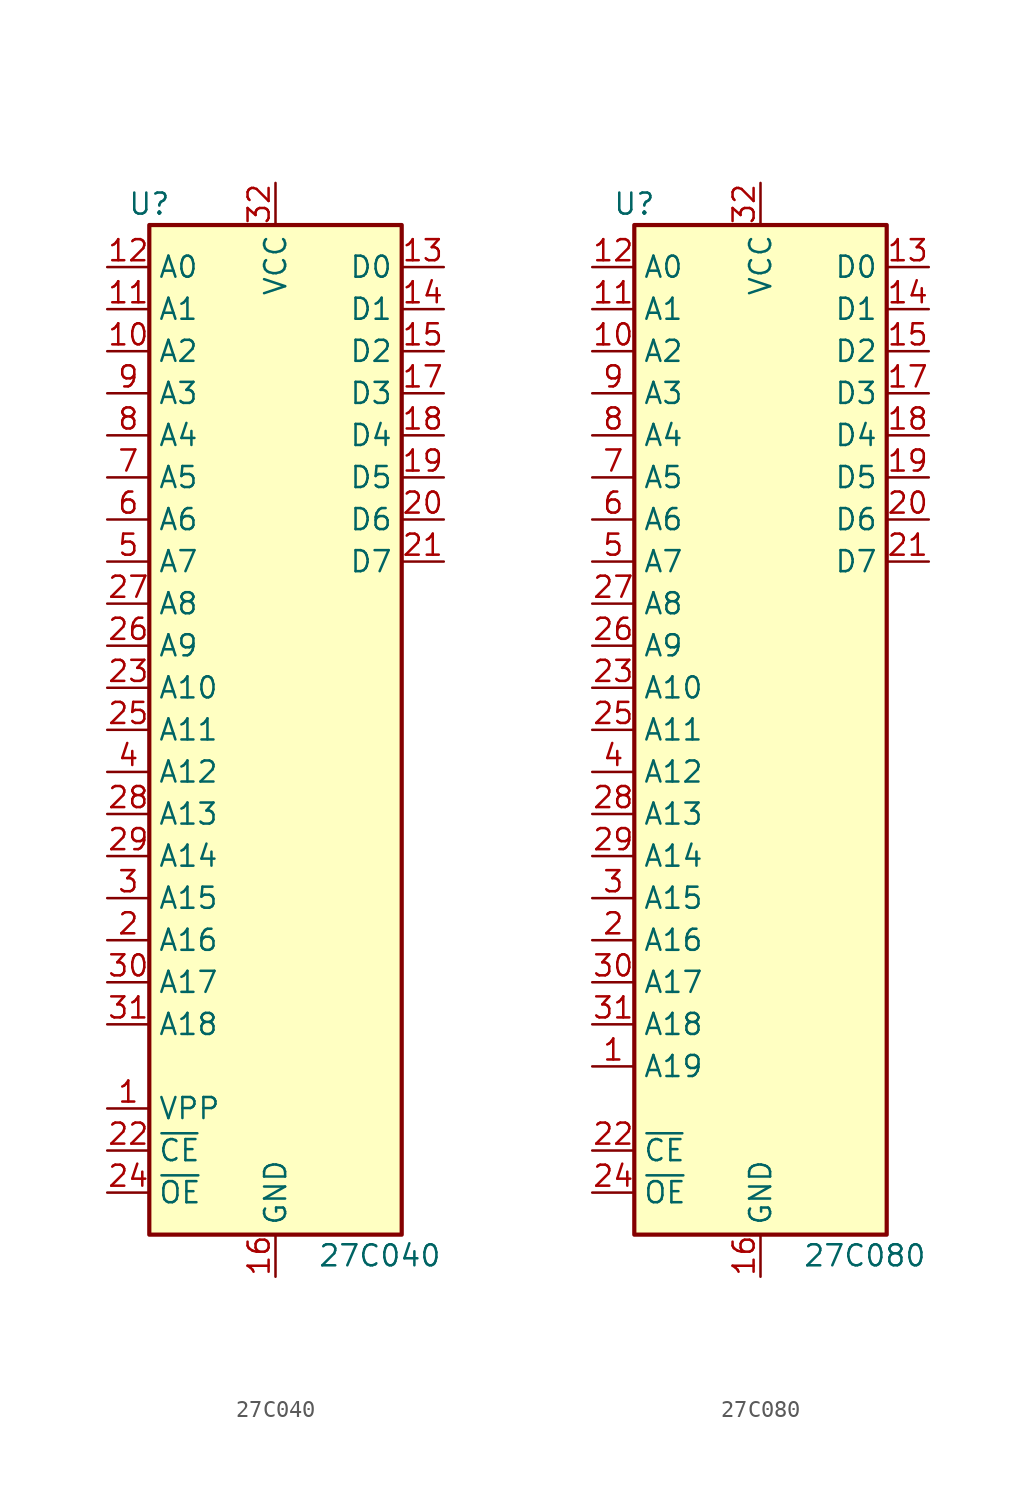
<source format=kicad_sym>
(kicad_symbol_lib
  (version 20211014)
  (generator kicad_symbol_editor)
  (symbol "27C040"
    (property "Reference" "U"
      (at -7.62 31.75 0)
      (effects (font (size 1.27 1.27))))
    (property "Value" "27C040"
      (at 2.54 -31.75 0)
      (effects (font (size 1.27 1.27)) (justify left)))
    (symbol "27C040_1_1"
      (rectangle (start -7.62 30.48) (end 7.62 -30.48) (stroke (width 0.254) (type default) (color 0 0 0 0)) (fill (type background)))
      (pin input line (at -10.16 -22.86 0) (length 2.54) (name "VPP" (effects (font (size 1.27 1.27)))) (number "1" (effects (font (size 1.27 1.27)))))
      (pin input line (at -10.16 22.86 0) (length 2.54) (name "A2" (effects (font (size 1.27 1.27)))) (number "10" (effects (font (size 1.27 1.27)))))
      (pin input line (at -10.16 25.4 0) (length 2.54) (name "A1" (effects (font (size 1.27 1.27)))) (number "11" (effects (font (size 1.27 1.27)))))
      (pin input line (at -10.16 27.94 0) (length 2.54) (name "A0" (effects (font (size 1.27 1.27)))) (number "12" (effects (font (size 1.27 1.27)))))
      (pin tri_state line (at 10.16 27.94 180) (length 2.54) (name "D0" (effects (font (size 1.27 1.27)))) (number "13" (effects (font (size 1.27 1.27)))))
      (pin tri_state line (at 10.16 25.4 180) (length 2.54) (name "D1" (effects (font (size 1.27 1.27)))) (number "14" (effects (font (size 1.27 1.27)))))
      (pin tri_state line (at 10.16 22.86 180) (length 2.54) (name "D2" (effects (font (size 1.27 1.27)))) (number "15" (effects (font (size 1.27 1.27)))))
      (pin power_in line (at 0 -33.02 90) (length 2.54) (name "GND" (effects (font (size 1.27 1.27)))) (number "16" (effects (font (size 1.27 1.27)))))
      (pin tri_state line (at 10.16 20.32 180) (length 2.54) (name "D3" (effects (font (size 1.27 1.27)))) (number "17" (effects (font (size 1.27 1.27)))))
      (pin tri_state line (at 10.16 17.78 180) (length 2.54) (name "D4" (effects (font (size 1.27 1.27)))) (number "18" (effects (font (size 1.27 1.27)))))
      (pin tri_state line (at 10.16 15.24 180) (length 2.54) (name "D5" (effects (font (size 1.27 1.27)))) (number "19" (effects (font (size 1.27 1.27)))))
      (pin input line (at -10.16 -12.7 0) (length 2.54) (name "A16" (effects (font (size 1.27 1.27)))) (number "2" (effects (font (size 1.27 1.27)))))
      (pin tri_state line (at 10.16 12.7 180) (length 2.54) (name "D6" (effects (font (size 1.27 1.27)))) (number "20" (effects (font (size 1.27 1.27)))))
      (pin tri_state line (at 10.16 10.16 180) (length 2.54) (name "D7" (effects (font (size 1.27 1.27)))) (number "21" (effects (font (size 1.27 1.27)))))
      (pin input line (at -10.16 -25.4 0) (length 2.54) (name "~{CE}" (effects (font (size 1.27 1.27)))) (number "22" (effects (font (size 1.27 1.27)))))
      (pin input line (at -10.16 2.54 0) (length 2.54) (name "A10" (effects (font (size 1.27 1.27)))) (number "23" (effects (font (size 1.27 1.27)))))
      (pin input line (at -10.16 -27.94 0) (length 2.54) (name "~{OE}" (effects (font (size 1.27 1.27)))) (number "24" (effects (font (size 1.27 1.27)))))
      (pin input line (at -10.16 0 0) (length 2.54) (name "A11" (effects (font (size 1.27 1.27)))) (number "25" (effects (font (size 1.27 1.27)))))
      (pin input line (at -10.16 5.08 0) (length 2.54) (name "A9" (effects (font (size 1.27 1.27)))) (number "26" (effects (font (size 1.27 1.27)))))
      (pin input line (at -10.16 7.62 0) (length 2.54) (name "A8" (effects (font (size 1.27 1.27)))) (number "27" (effects (font (size 1.27 1.27)))))
      (pin input line (at -10.16 -5.08 0) (length 2.54) (name "A13" (effects (font (size 1.27 1.27)))) (number "28" (effects (font (size 1.27 1.27)))))
      (pin input line (at -10.16 -7.62 0) (length 2.54) (name "A14" (effects (font (size 1.27 1.27)))) (number "29" (effects (font (size 1.27 1.27)))))
      (pin input line (at -10.16 -10.16 0) (length 2.54) (name "A15" (effects (font (size 1.27 1.27)))) (number "3" (effects (font (size 1.27 1.27)))))
      (pin input line (at -10.16 -15.24 0) (length 2.54) (name "A17" (effects (font (size 1.27 1.27)))) (number "30" (effects (font (size 1.27 1.27)))))
      (pin input line (at -10.16 -17.78 0) (length 2.54) (name "A18" (effects (font (size 1.27 1.27)))) (number "31" (effects (font (size 1.27 1.27)))))
      (pin power_in line (at 0 33.02 270) (length 2.54) (name "VCC" (effects (font (size 1.27 1.27)))) (number "32" (effects (font (size 1.27 1.27)))))
      (pin input line (at -10.16 -2.54 0) (length 2.54) (name "A12" (effects (font (size 1.27 1.27)))) (number "4" (effects (font (size 1.27 1.27)))))
      (pin input line (at -10.16 10.16 0) (length 2.54) (name "A7" (effects (font (size 1.27 1.27)))) (number "5" (effects (font (size 1.27 1.27)))))
      (pin input line (at -10.16 12.7 0) (length 2.54) (name "A6" (effects (font (size 1.27 1.27)))) (number "6" (effects (font (size 1.27 1.27)))))
      (pin input line (at -10.16 15.24 0) (length 2.54) (name "A5" (effects (font (size 1.27 1.27)))) (number "7" (effects (font (size 1.27 1.27)))))
      (pin input line (at -10.16 17.78 0) (length 2.54) (name "A4" (effects (font (size 1.27 1.27)))) (number "8" (effects (font (size 1.27 1.27)))))
      (pin input line (at -10.16 20.32 0) (length 2.54) (name "A3" (effects (font (size 1.27 1.27)))) (number "9" (effects (font (size 1.27 1.27)))))))
  (symbol "27C080"
    (property "Reference" "U"
      (at -7.62 31.75 0)
      (effects (font (size 1.27 1.27))))
    (property "Value" "27C080"
      (at 2.54 -31.75 0)
      (effects (font (size 1.27 1.27)) (justify left)))
    (symbol "27C080_1_1"
      (rectangle (start -7.62 30.48) (end 7.62 -30.48) (stroke (width 0.254) (type default) (color 0 0 0 0)) (fill (type background)))
      (pin input line (at -10.16 -20.32 0) (length 2.54) (name "A19" (effects (font (size 1.27 1.27)))) (number "1" (effects (font (size 1.27 1.27)))))
      (pin input line (at -10.16 22.86 0) (length 2.54) (name "A2" (effects (font (size 1.27 1.27)))) (number "10" (effects (font (size 1.27 1.27)))))
      (pin input line (at -10.16 25.4 0) (length 2.54) (name "A1" (effects (font (size 1.27 1.27)))) (number "11" (effects (font (size 1.27 1.27)))))
      (pin input line (at -10.16 27.94 0) (length 2.54) (name "A0" (effects (font (size 1.27 1.27)))) (number "12" (effects (font (size 1.27 1.27)))))
      (pin tri_state line (at 10.16 27.94 180) (length 2.54) (name "D0" (effects (font (size 1.27 1.27)))) (number "13" (effects (font (size 1.27 1.27)))))
      (pin tri_state line (at 10.16 25.4 180) (length 2.54) (name "D1" (effects (font (size 1.27 1.27)))) (number "14" (effects (font (size 1.27 1.27)))))
      (pin tri_state line (at 10.16 22.86 180) (length 2.54) (name "D2" (effects (font (size 1.27 1.27)))) (number "15" (effects (font (size 1.27 1.27)))))
      (pin power_in line (at 0 -33.02 90) (length 2.54) (name "GND" (effects (font (size 1.27 1.27)))) (number "16" (effects (font (size 1.27 1.27)))))
      (pin tri_state line (at 10.16 20.32 180) (length 2.54) (name "D3" (effects (font (size 1.27 1.27)))) (number "17" (effects (font (size 1.27 1.27)))))
      (pin tri_state line (at 10.16 17.78 180) (length 2.54) (name "D4" (effects (font (size 1.27 1.27)))) (number "18" (effects (font (size 1.27 1.27)))))
      (pin tri_state line (at 10.16 15.24 180) (length 2.54) (name "D5" (effects (font (size 1.27 1.27)))) (number "19" (effects (font (size 1.27 1.27)))))
      (pin input line (at -10.16 -12.7 0) (length 2.54) (name "A16" (effects (font (size 1.27 1.27)))) (number "2" (effects (font (size 1.27 1.27)))))
      (pin tri_state line (at 10.16 12.7 180) (length 2.54) (name "D6" (effects (font (size 1.27 1.27)))) (number "20" (effects (font (size 1.27 1.27)))))
      (pin tri_state line (at 10.16 10.16 180) (length 2.54) (name "D7" (effects (font (size 1.27 1.27)))) (number "21" (effects (font (size 1.27 1.27)))))
      (pin input line (at -10.16 -25.4 0) (length 2.54) (name "~{CE}" (effects (font (size 1.27 1.27)))) (number "22" (effects (font (size 1.27 1.27)))))
      (pin input line (at -10.16 2.54 0) (length 2.54) (name "A10" (effects (font (size 1.27 1.27)))) (number "23" (effects (font (size 1.27 1.27)))))
      (pin input line (at -10.16 -27.94 0) (length 2.54) (name "~{OE}" (effects (font (size 1.27 1.27)))) (number "24" (effects (font (size 1.27 1.27)))))
      (pin input line (at -10.16 0 0) (length 2.54) (name "A11" (effects (font (size 1.27 1.27)))) (number "25" (effects (font (size 1.27 1.27)))))
      (pin input line (at -10.16 5.08 0) (length 2.54) (name "A9" (effects (font (size 1.27 1.27)))) (number "26" (effects (font (size 1.27 1.27)))))
      (pin input line (at -10.16 7.62 0) (length 2.54) (name "A8" (effects (font (size 1.27 1.27)))) (number "27" (effects (font (size 1.27 1.27)))))
      (pin input line (at -10.16 -5.08 0) (length 2.54) (name "A13" (effects (font (size 1.27 1.27)))) (number "28" (effects (font (size 1.27 1.27)))))
      (pin input line (at -10.16 -7.62 0) (length 2.54) (name "A14" (effects (font (size 1.27 1.27)))) (number "29" (effects (font (size 1.27 1.27)))))
      (pin input line (at -10.16 -10.16 0) (length 2.54) (name "A15" (effects (font (size 1.27 1.27)))) (number "3" (effects (font (size 1.27 1.27)))))
      (pin input line (at -10.16 -15.24 0) (length 2.54) (name "A17" (effects (font (size 1.27 1.27)))) (number "30" (effects (font (size 1.27 1.27)))))
      (pin input line (at -10.16 -17.78 0) (length 2.54) (name "A18" (effects (font (size 1.27 1.27)))) (number "31" (effects (font (size 1.27 1.27)))))
      (pin power_in line (at 0 33.02 270) (length 2.54) (name "VCC" (effects (font (size 1.27 1.27)))) (number "32" (effects (font (size 1.27 1.27)))))
      (pin input line (at -10.16 -2.54 0) (length 2.54) (name "A12" (effects (font (size 1.27 1.27)))) (number "4" (effects (font (size 1.27 1.27)))))
      (pin input line (at -10.16 10.16 0) (length 2.54) (name "A7" (effects (font (size 1.27 1.27)))) (number "5" (effects (font (size 1.27 1.27)))))
      (pin input line (at -10.16 12.7 0) (length 2.54) (name "A6" (effects (font (size 1.27 1.27)))) (number "6" (effects (font (size 1.27 1.27)))))
      (pin input line (at -10.16 15.24 0) (length 2.54) (name "A5" (effects (font (size 1.27 1.27)))) (number "7" (effects (font (size 1.27 1.27)))))
      (pin input line (at -10.16 17.78 0) (length 2.54) (name "A4" (effects (font (size 1.27 1.27)))) (number "8" (effects (font (size 1.27 1.27)))))
      (pin input line (at -10.16 20.32 0) (length 2.54) (name "A3" (effects (font (size 1.27 1.27)))) (number "9" (effects (font (size 1.27 1.27))))))))
</source>
